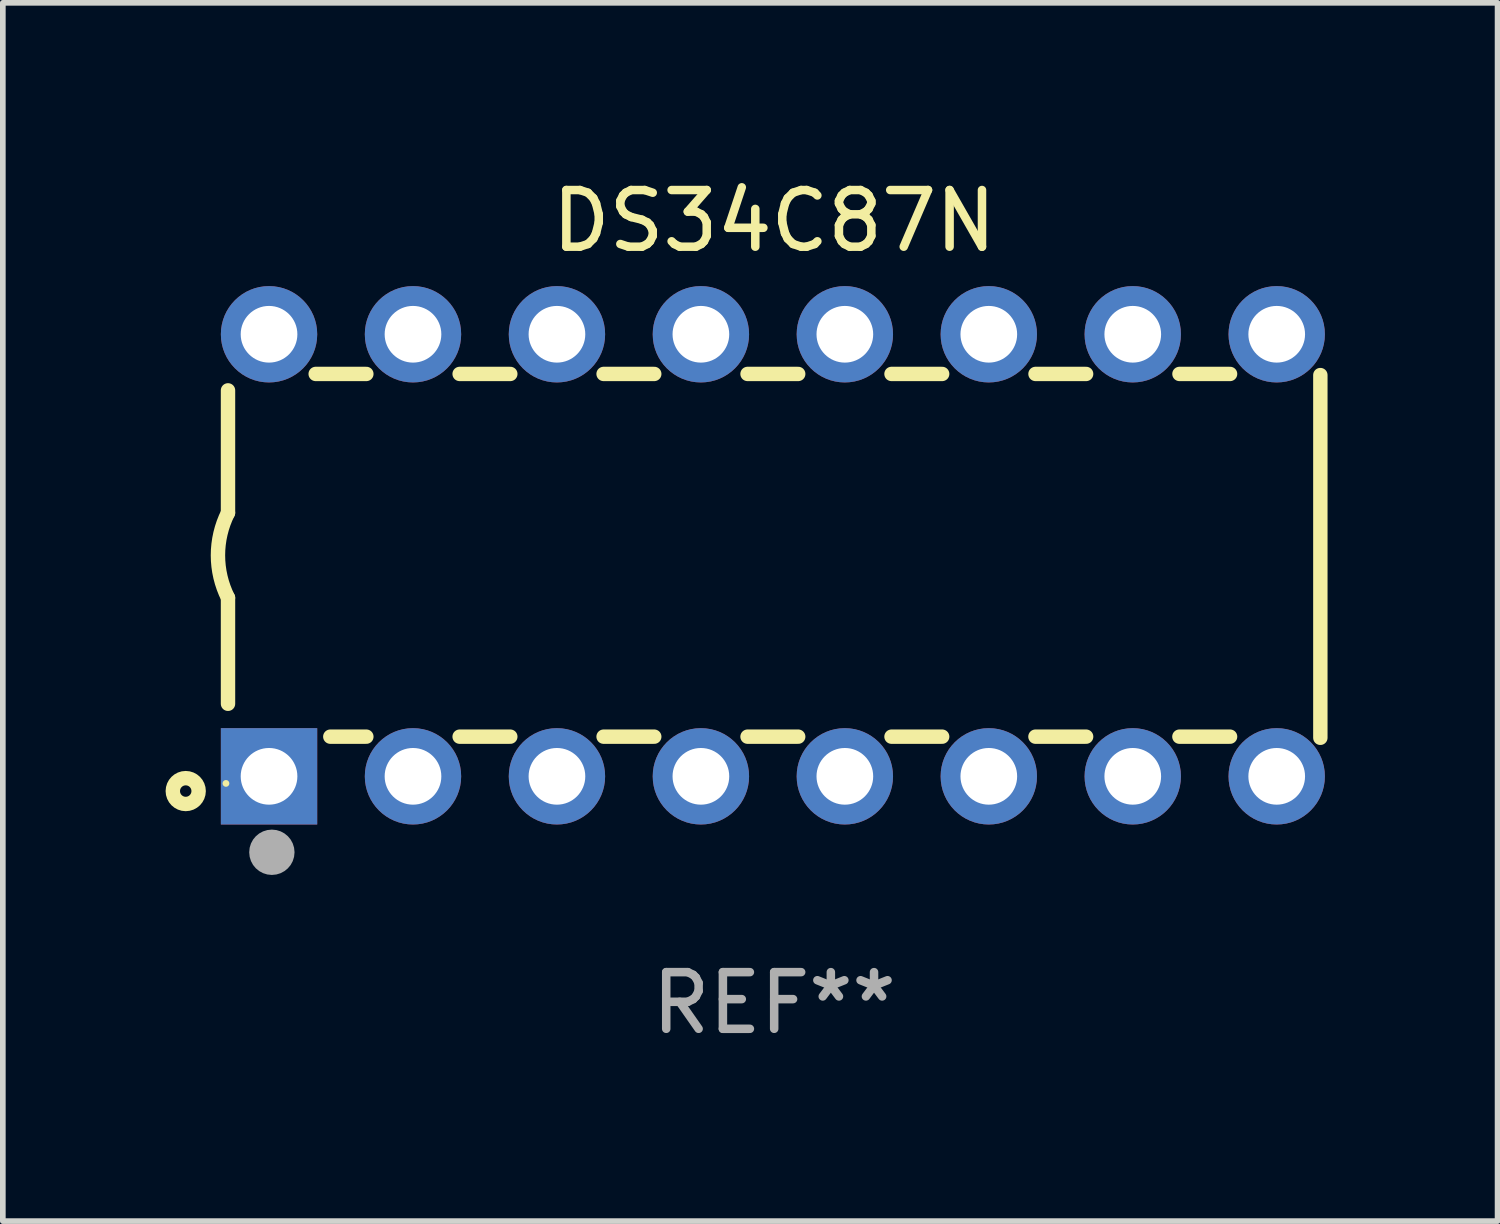
<source format=kicad_pcb>
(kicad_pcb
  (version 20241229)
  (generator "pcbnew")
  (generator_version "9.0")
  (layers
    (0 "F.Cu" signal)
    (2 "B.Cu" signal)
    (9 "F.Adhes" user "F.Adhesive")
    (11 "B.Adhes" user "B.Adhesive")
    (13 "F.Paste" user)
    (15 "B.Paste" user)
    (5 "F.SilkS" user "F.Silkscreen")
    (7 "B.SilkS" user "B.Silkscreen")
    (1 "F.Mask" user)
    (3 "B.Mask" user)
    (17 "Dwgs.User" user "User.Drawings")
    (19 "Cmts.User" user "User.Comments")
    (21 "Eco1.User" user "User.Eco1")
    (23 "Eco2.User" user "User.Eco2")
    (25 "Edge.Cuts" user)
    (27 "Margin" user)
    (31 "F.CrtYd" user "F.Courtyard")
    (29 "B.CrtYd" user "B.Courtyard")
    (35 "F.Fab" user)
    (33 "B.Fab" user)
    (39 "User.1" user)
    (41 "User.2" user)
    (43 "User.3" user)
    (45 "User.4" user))
  (footprint "DS34C87N"
    (layer "F.Cu")
    (at 10.61 6.748)
    (property "Reference" "DS34C87N" (at 0 -5.9 0) (layer "F.SilkS") (effects (font (size 1 1) (thickness 0.15))))
    (attr through_hole)
    (fp_line (start -9.637 -0.749) (end -9.637 -2.91) (stroke (width 0.254) (type solid)) (layer "F.SilkS"))
    (fp_line (start -9.637 0.749) (end -9.637 2.62) (stroke (width 0.254) (type solid)) (layer "F.SilkS"))
    (fp_line (start -8.09 -3.2) (end -7.196 -3.2) (stroke (width 0.254) (type solid)) (layer "F.SilkS"))
    (fp_line (start -7.832 3.2) (end -7.196 3.2) (stroke (width 0.254) (type solid)) (layer "F.SilkS"))
    (fp_line (start -5.55 3.2) (end -4.656 3.2) (stroke (width 0.254) (type solid)) (layer "F.SilkS"))
    (fp_line (start -5.55 -3.2) (end -4.656 -3.2) (stroke (width 0.254) (type solid)) (layer "F.SilkS"))
    (fp_line (start -3.01 3.2) (end -2.116 3.2) (stroke (width 0.254) (type solid)) (layer "F.SilkS"))
    (fp_line (start -3.01 -3.2) (end -2.116 -3.2) (stroke (width 0.254) (type solid)) (layer "F.SilkS"))
    (fp_line (start -0.47 3.2) (end 0.424 3.2) (stroke (width 0.254) (type solid)) (layer "F.SilkS"))
    (fp_line (start -0.47 -3.2) (end 0.424 -3.2) (stroke (width 0.254) (type solid)) (layer "F.SilkS"))
    (fp_line (start 2.07 3.2) (end 2.964 3.2) (stroke (width 0.254) (type solid)) (layer "F.SilkS"))
    (fp_line (start 2.07 -3.2) (end 2.964 -3.2) (stroke (width 0.254) (type solid)) (layer "F.SilkS"))
    (fp_line (start 4.61 3.2) (end 5.504 3.2) (stroke (width 0.254) (type solid)) (layer "F.SilkS"))
    (fp_line (start 4.611 -3.2) (end 5.504 -3.2) (stroke (width 0.254) (type solid)) (layer "F.SilkS"))
    (fp_line (start 7.15 3.2) (end 8.044 3.2) (stroke (width 0.254) (type solid)) (layer "F.SilkS"))
    (fp_line (start 7.151 -3.2) (end 8.044 -3.2) (stroke (width 0.254) (type solid)) (layer "F.SilkS"))
    (fp_line (start 9.637 -3.18) (end 9.637 3.22) (stroke (width 0.254) (type solid)) (layer "F.SilkS"))
    (fp_arc (start -9.637326 0.749403) (mid -9.814244 0.000003) (end -9.637351 -0.749403) (stroke (width 0.254001) (type solid)) (layer "F.SilkS"))
    (fp_circle (center -10.383 4.16) (end -10.282 4.16) (stroke (width 0.254) (type solid)) (fill no) (layer "F.SilkS"))
    (fp_circle (center -9.673 4.025) (end -9.643 4.025) (stroke (width 0.06) (type solid)) (fill no) (layer "F.SilkS"))
    (fp_circle (center -8.863 5.24) (end -8.663 5.24) (stroke (width 0.4) (type solid)) (fill no) (layer "F.Fab"))
    (fp_text user "REF**" (at 0 7.9 0) (layer "F.Fab") (effects (font (size 1 1) (thickness 0.15))))
    (pad "1" thru_hole rect (at -8.913 3.9) (size 1.7 1.7) (drill 1) (layers "*.Cu" "*.Mask"))
    (pad "2" thru_hole circle (at -6.373 3.9) (size 1.7 1.7) (drill 1) (layers "*.Cu" "*.Mask"))
    (pad "3" thru_hole circle (at -3.833 3.9) (size 1.7 1.7) (drill 1) (layers "*.Cu" "*.Mask"))
    (pad "4" thru_hole circle (at -1.293 3.9) (size 1.7 1.7) (drill 1) (layers "*.Cu" "*.Mask"))
    (pad "5" thru_hole circle (at 1.247 3.9) (size 1.7 1.7) (drill 1) (layers "*.Cu" "*.Mask"))
    (pad "6" thru_hole circle (at 3.787 3.9) (size 1.7 1.7) (drill 1) (layers "*.Cu" "*.Mask"))
    (pad "7" thru_hole circle (at 6.327 3.9) (size 1.7 1.7) (drill 1) (layers "*.Cu" "*.Mask"))
    (pad "8" thru_hole circle (at 8.867 3.9) (size 1.7 1.7) (drill 1) (layers "*.Cu" "*.Mask"))
    (pad "9" thru_hole circle (at 8.867 -3.9) (size 1.7 1.7) (drill 1) (layers "*.Cu" "*.Mask"))
    (pad "10" thru_hole circle (at 6.327 -3.9) (size 1.7 1.7) (drill 1) (layers "*.Cu" "*.Mask"))
    (pad "11" thru_hole circle (at 3.787 -3.9) (size 1.7 1.7) (drill 1) (layers "*.Cu" "*.Mask"))
    (pad "12" thru_hole circle (at 1.247 -3.9) (size 1.7 1.7) (drill 1) (layers "*.Cu" "*.Mask"))
    (pad "13" thru_hole circle (at -1.293 -3.9) (size 1.7 1.7) (drill 1) (layers "*.Cu" "*.Mask"))
    (pad "14" thru_hole circle (at -3.833 -3.9) (size 1.7 1.7) (drill 1) (layers "*.Cu" "*.Mask"))
    (pad "15" thru_hole circle (at -6.373 -3.9) (size 1.7 1.7) (drill 1) (layers "*.Cu" "*.Mask"))
    (pad "16" thru_hole circle (at -8.913 -3.9) (size 1.7 1.7) (drill 1) (layers "*.Cu" "*.Mask")))
  (gr_rect
    (start -3 -3)
    (end 23.374 18.496)
    (stroke (width 0.1) (type default))
    (fill no)
    (layer "Edge.Cuts")))
</source>
